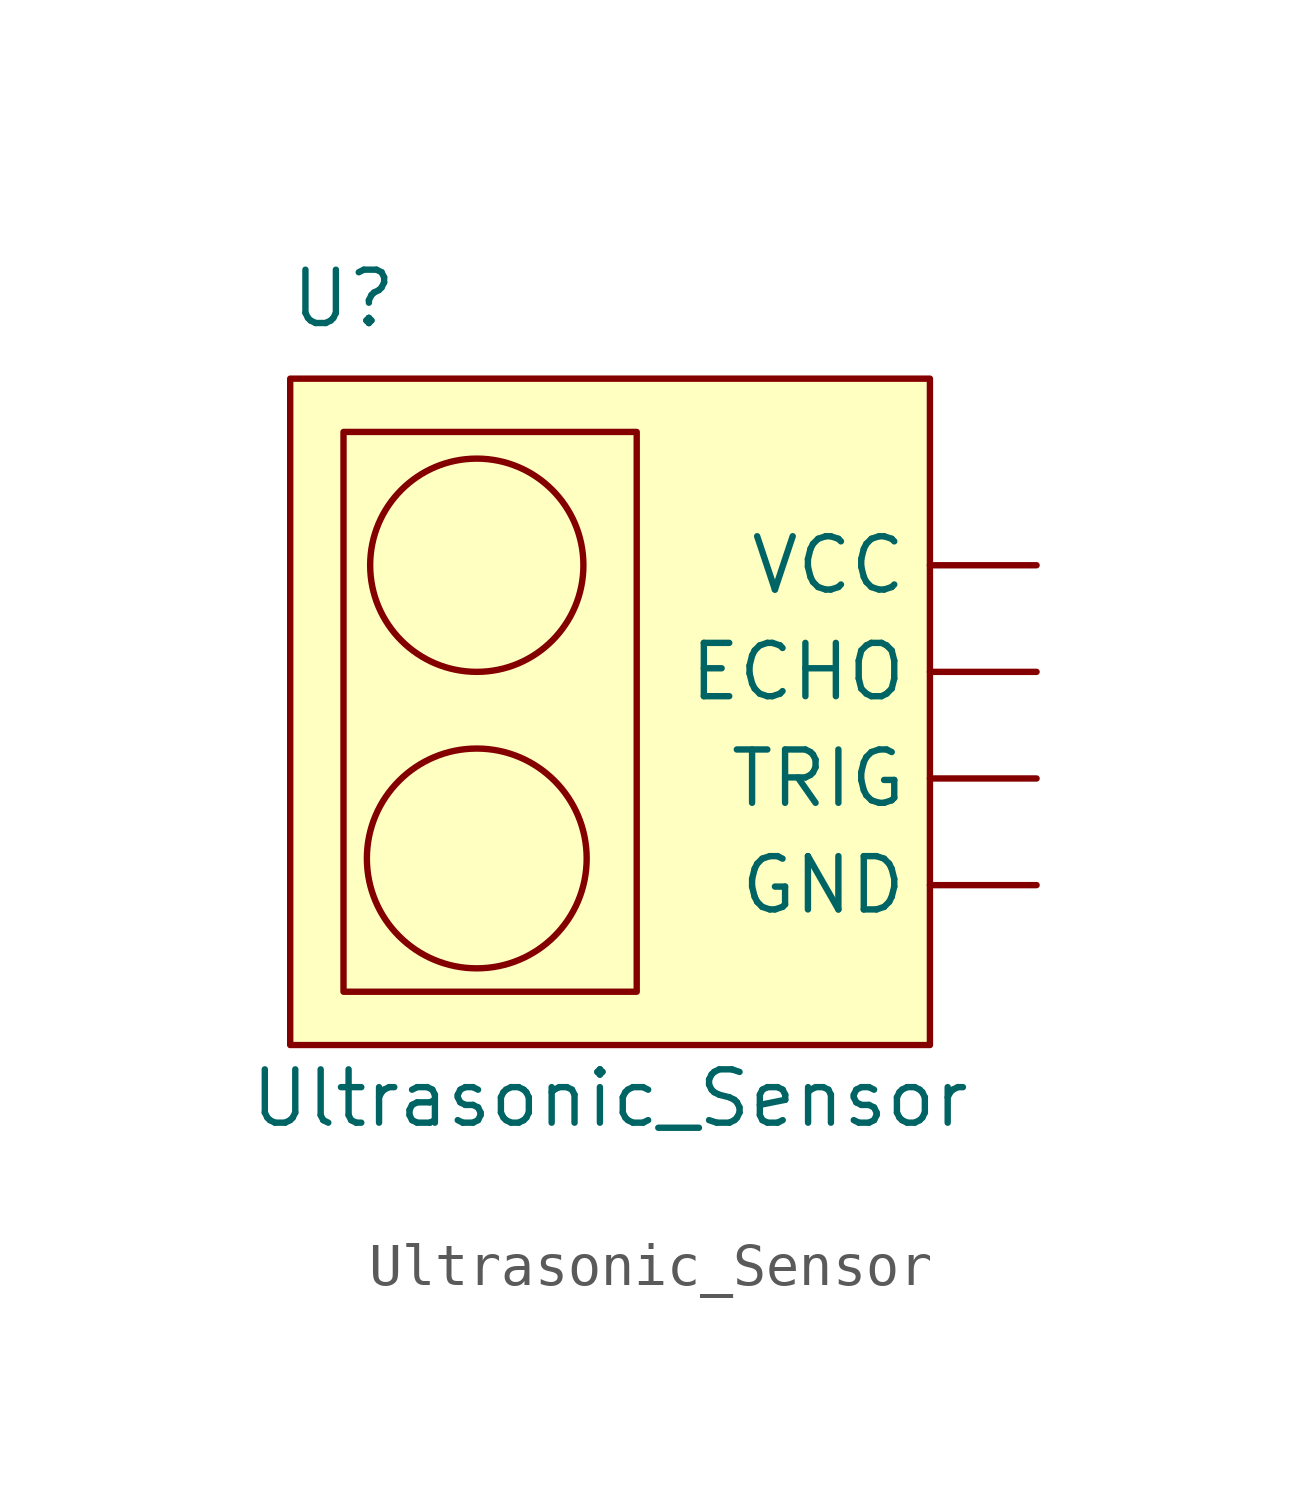
<source format=kicad_sym>
(kicad_symbol_lib
  (version 20211014)
  (generator kicad_symbol_editor)
  (symbol "Ultrasonic_Sensor"
    (property "Reference" "U"
      (at -7.62 10.16 0)
      (effects (font (size 1.27 1.27))))
    (property "Value" "Ultrasonic_Sensor"
      (at -1.27 -8.89 0)
      (effects (font (size 1.27 1.27))))
    (symbol "Ultrasonic_Sensor_0_1"
      (rectangle (start -8.89 8.255) (end 6.35 -7.62) (stroke (width 0.152) (type default) (color 0 0 0 0)) (fill (type background)))
      (rectangle (start -7.62 6.985) (end -0.635 -6.35) (stroke (width 0.152) (type default) (color 0 0 0 0)) (fill (type none)))
      (circle (center -4.445 -3.175) (radius 2.618) (stroke (width 0.152) (type default) (color 0 0 0 0)) (fill (type none)))
      (circle (center -4.445 3.81) (radius 2.54) (stroke (width 0.152) (type default) (color 0 0 0 0)) (fill (type none))))
    (symbol "Ultrasonic_Sensor_1_1"
      (pin input line (at 8.89 1.27 180) (length 2.54) (name "ECHO" (effects (font (size 1.27 1.27)))) (number "" (effects (font (size 1.27 1.27)))))
      (pin input line (at 8.89 -3.81 180) (length 2.54) (name "GND" (effects (font (size 1.27 1.27)))) (number "" (effects (font (size 1.27 1.27)))))
      (pin input line (at 8.89 -1.27 180) (length 2.54) (name "TRIG" (effects (font (size 1.27 1.27)))) (number "" (effects (font (size 1.27 1.27)))))
      (pin input line (at 8.89 3.81 180) (length 2.54) (name "VCC" (effects (font (size 1.27 1.27)))) (number "" (effects (font (size 1.27 1.27))))))))
</source>
